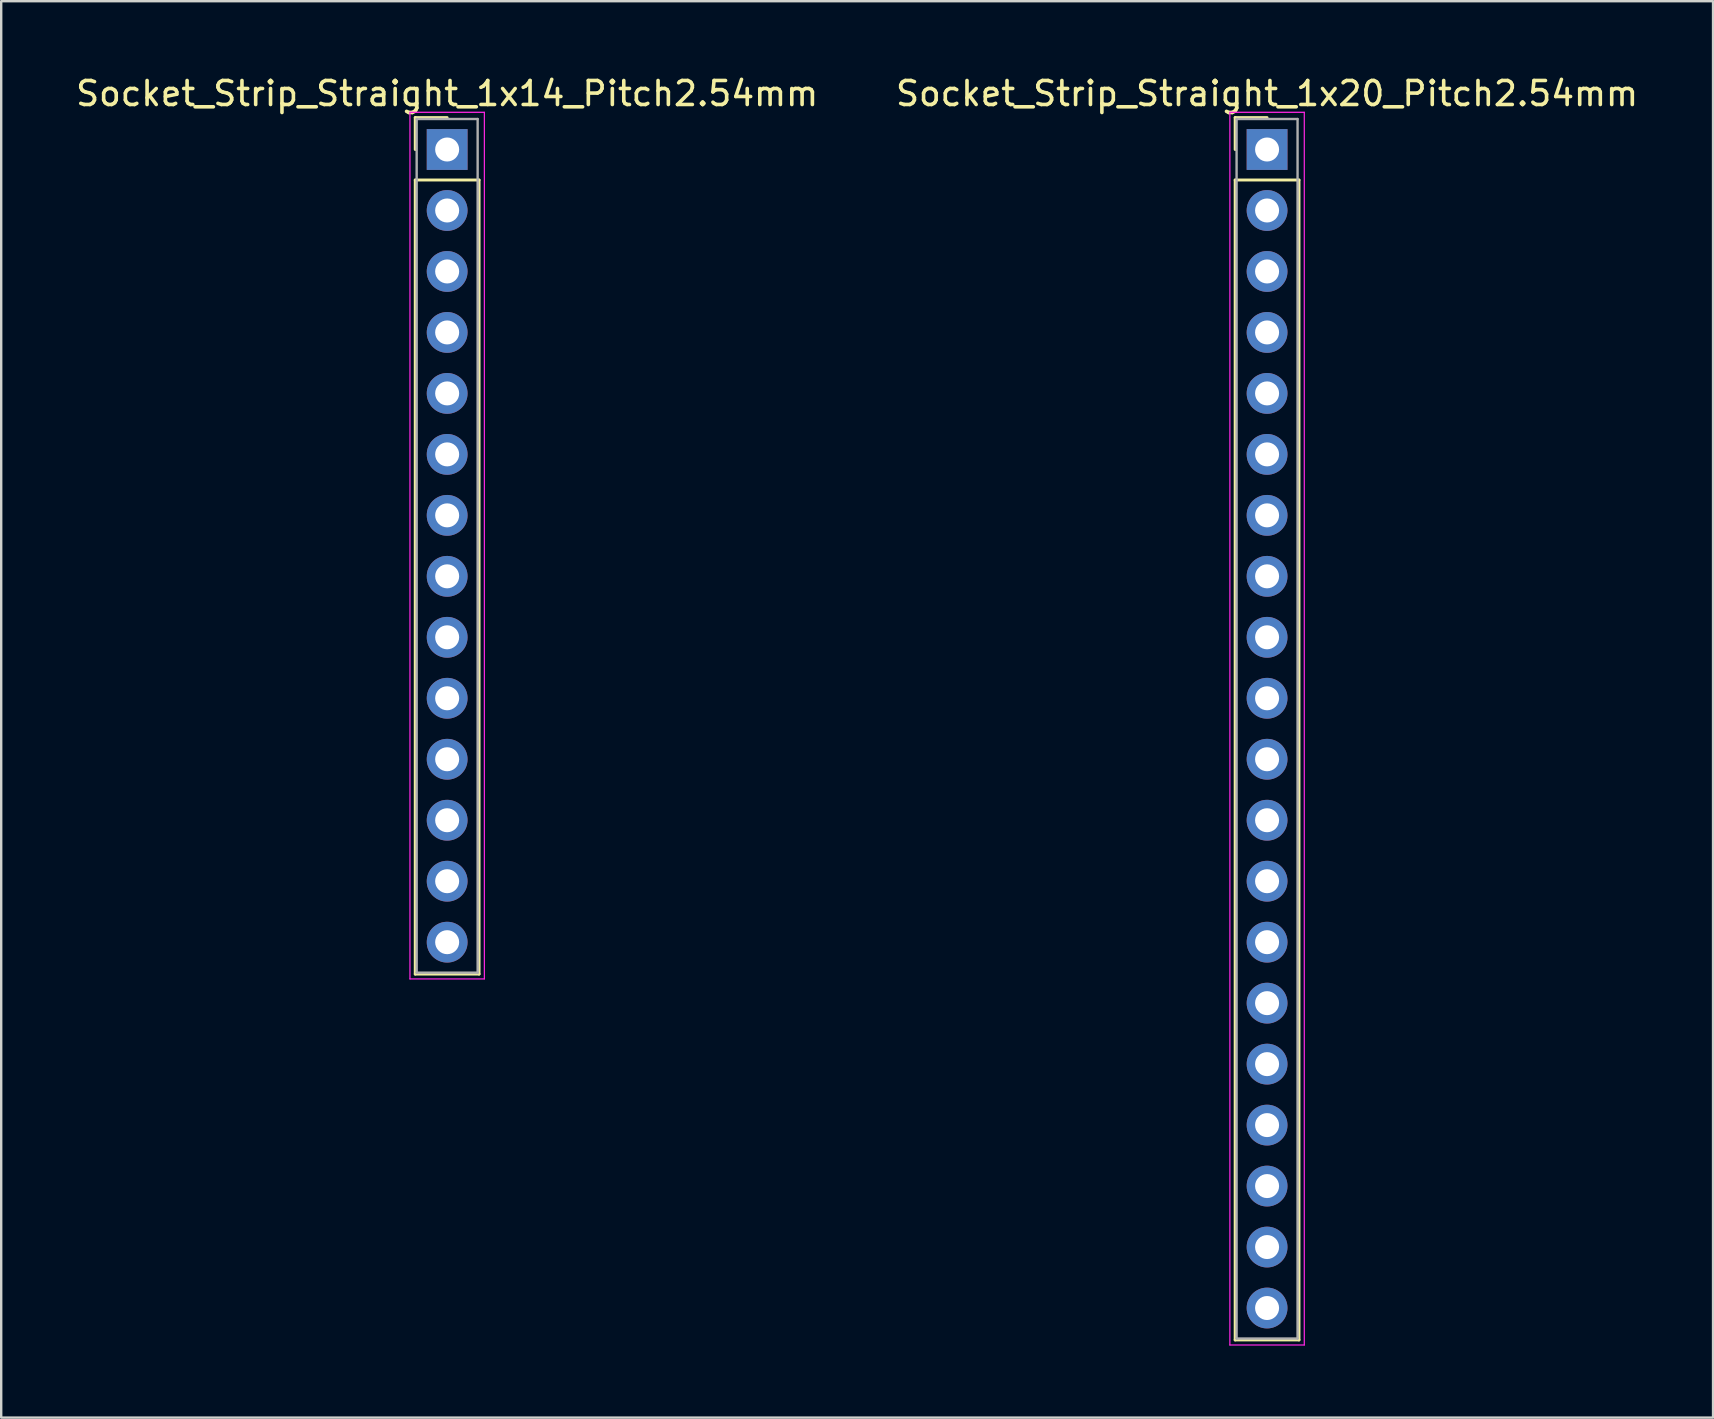
<source format=kicad_pcb>
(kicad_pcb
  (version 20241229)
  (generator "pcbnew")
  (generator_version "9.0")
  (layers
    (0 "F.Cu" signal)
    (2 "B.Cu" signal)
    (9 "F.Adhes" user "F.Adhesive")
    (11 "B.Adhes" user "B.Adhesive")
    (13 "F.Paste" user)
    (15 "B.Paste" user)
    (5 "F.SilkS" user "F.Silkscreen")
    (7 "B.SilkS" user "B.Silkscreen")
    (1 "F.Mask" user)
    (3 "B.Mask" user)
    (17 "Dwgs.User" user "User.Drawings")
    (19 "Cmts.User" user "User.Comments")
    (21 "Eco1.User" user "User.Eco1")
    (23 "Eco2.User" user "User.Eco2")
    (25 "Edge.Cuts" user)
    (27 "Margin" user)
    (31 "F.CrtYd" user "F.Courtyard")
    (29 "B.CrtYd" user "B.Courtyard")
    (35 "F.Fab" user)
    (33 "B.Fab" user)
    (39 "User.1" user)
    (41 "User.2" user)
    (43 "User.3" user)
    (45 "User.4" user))
  (footprint "Socket_Strip_Straight_1x14_Pitch2.54mm"
    (layer "F.Cu")
    (at 15.577 3.178)
    (property "Reference" "Socket_Strip_Straight_1x14_Pitch2.54mm" (at 0 -2.33 0) (layer "F.SilkS") (effects (font (size 1 1) (thickness 0.15))))
    (attr through_hole)
    (fp_line (start -1.33 -1.33) (end 0 -1.33) (stroke (width 0.12) (type solid)) (layer "F.SilkS"))
    (fp_line (start -1.33 0) (end -1.33 -1.33) (stroke (width 0.12) (type solid)) (layer "F.SilkS"))
    (fp_line (start -1.33 1.27) (end -1.33 34.35) (stroke (width 0.12) (type solid)) (layer "F.SilkS"))
    (fp_line (start -1.33 34.35) (end 1.33 34.35) (stroke (width 0.12) (type solid)) (layer "F.SilkS"))
    (fp_line (start 1.33 1.27) (end -1.33 1.27) (stroke (width 0.12) (type solid)) (layer "F.SilkS"))
    (fp_line (start 1.33 34.35) (end 1.33 1.27) (stroke (width 0.12) (type solid)) (layer "F.SilkS"))
    (fp_line (start -1.55 -1.55) (end -1.55 34.55) (stroke (width 0.05) (type solid)) (layer "F.CrtYd"))
    (fp_line (start -1.55 34.55) (end 1.55 34.55) (stroke (width 0.05) (type solid)) (layer "F.CrtYd"))
    (fp_line (start 1.55 -1.55) (end -1.55 -1.55) (stroke (width 0.05) (type solid)) (layer "F.CrtYd"))
    (fp_line (start 1.55 34.55) (end 1.55 -1.55) (stroke (width 0.05) (type solid)) (layer "F.CrtYd"))
    (fp_line (start -1.27 -1.27) (end -1.27 34.29) (stroke (width 0.1) (type solid)) (layer "F.Fab"))
    (fp_line (start -1.27 34.29) (end 1.27 34.29) (stroke (width 0.1) (type solid)) (layer "F.Fab"))
    (fp_line (start 1.27 -1.27) (end -1.27 -1.27) (stroke (width 0.1) (type solid)) (layer "F.Fab"))
    (fp_line (start 1.27 34.29) (end 1.27 -1.27) (stroke (width 0.1) (type solid)) (layer "F.Fab"))
    (pad "1" thru_hole rect (at 0 0) (size 1.7 1.7) (drill 1) (layers "*.Cu" "*.Mask"))
    (pad "2" thru_hole oval (at 0 2.54) (size 1.7 1.7) (drill 1) (layers "*.Cu" "*.Mask"))
    (pad "3" thru_hole oval (at 0 5.08) (size 1.7 1.7) (drill 1) (layers "*.Cu" "*.Mask"))
    (pad "4" thru_hole oval (at 0 7.62) (size 1.7 1.7) (drill 1) (layers "*.Cu" "*.Mask"))
    (pad "5" thru_hole oval (at 0 10.16) (size 1.7 1.7) (drill 1) (layers "*.Cu" "*.Mask"))
    (pad "6" thru_hole oval (at 0 12.7) (size 1.7 1.7) (drill 1) (layers "*.Cu" "*.Mask"))
    (pad "7" thru_hole oval (at 0 15.24) (size 1.7 1.7) (drill 1) (layers "*.Cu" "*.Mask"))
    (pad "8" thru_hole oval (at 0 17.78) (size 1.7 1.7) (drill 1) (layers "*.Cu" "*.Mask"))
    (pad "9" thru_hole oval (at 0 20.32) (size 1.7 1.7) (drill 1) (layers "*.Cu" "*.Mask"))
    (pad "10" thru_hole oval (at 0 22.86) (size 1.7 1.7) (drill 1) (layers "*.Cu" "*.Mask"))
    (pad "11" thru_hole oval (at 0 25.4) (size 1.7 1.7) (drill 1) (layers "*.Cu" "*.Mask"))
    (pad "12" thru_hole oval (at 0 27.94) (size 1.7 1.7) (drill 1) (layers "*.Cu" "*.Mask"))
    (pad "13" thru_hole oval (at 0 30.48) (size 1.7 1.7) (drill 1) (layers "*.Cu" "*.Mask"))
    (pad "14" thru_hole oval (at 0 33.02) (size 1.7 1.7) (drill 1) (layers "*.Cu" "*.Mask")))
  (footprint "Socket_Strip_Straight_1x20_Pitch2.54mm"
    (layer "F.Cu")
    (at 49.732 3.178)
    (property "Reference" "Socket_Strip_Straight_1x20_Pitch2.54mm" (at 0 -2.33 0) (layer "F.SilkS") (effects (font (size 1 1) (thickness 0.15))))
    (attr through_hole)
    (fp_line (start -1.33 -1.33) (end 0 -1.33) (stroke (width 0.12) (type solid)) (layer "F.SilkS"))
    (fp_line (start -1.33 0) (end -1.33 -1.33) (stroke (width 0.12) (type solid)) (layer "F.SilkS"))
    (fp_line (start -1.33 1.27) (end -1.33 49.59) (stroke (width 0.12) (type solid)) (layer "F.SilkS"))
    (fp_line (start -1.33 49.59) (end 1.33 49.59) (stroke (width 0.12) (type solid)) (layer "F.SilkS"))
    (fp_line (start 1.33 1.27) (end -1.33 1.27) (stroke (width 0.12) (type solid)) (layer "F.SilkS"))
    (fp_line (start 1.33 49.59) (end 1.33 1.27) (stroke (width 0.12) (type solid)) (layer "F.SilkS"))
    (fp_line (start -1.55 -1.55) (end -1.55 49.8) (stroke (width 0.05) (type solid)) (layer "F.CrtYd"))
    (fp_line (start -1.55 49.8) (end 1.55 49.8) (stroke (width 0.05) (type solid)) (layer "F.CrtYd"))
    (fp_line (start 1.55 -1.55) (end -1.55 -1.55) (stroke (width 0.05) (type solid)) (layer "F.CrtYd"))
    (fp_line (start 1.55 49.8) (end 1.55 -1.55) (stroke (width 0.05) (type solid)) (layer "F.CrtYd"))
    (fp_line (start -1.27 -1.27) (end -1.27 49.53) (stroke (width 0.1) (type solid)) (layer "F.Fab"))
    (fp_line (start -1.27 49.53) (end 1.27 49.53) (stroke (width 0.1) (type solid)) (layer "F.Fab"))
    (fp_line (start 1.27 -1.27) (end -1.27 -1.27) (stroke (width 0.1) (type solid)) (layer "F.Fab"))
    (fp_line (start 1.27 49.53) (end 1.27 -1.27) (stroke (width 0.1) (type solid)) (layer "F.Fab"))
    (pad "1" thru_hole rect (at 0 0) (size 1.7 1.7) (drill 1) (layers "*.Cu" "*.Mask"))
    (pad "2" thru_hole oval (at 0 2.54) (size 1.7 1.7) (drill 1) (layers "*.Cu" "*.Mask"))
    (pad "3" thru_hole oval (at 0 5.08) (size 1.7 1.7) (drill 1) (layers "*.Cu" "*.Mask"))
    (pad "4" thru_hole oval (at 0 7.62) (size 1.7 1.7) (drill 1) (layers "*.Cu" "*.Mask"))
    (pad "5" thru_hole oval (at 0 10.16) (size 1.7 1.7) (drill 1) (layers "*.Cu" "*.Mask"))
    (pad "6" thru_hole oval (at 0 12.7) (size 1.7 1.7) (drill 1) (layers "*.Cu" "*.Mask"))
    (pad "7" thru_hole oval (at 0 15.24) (size 1.7 1.7) (drill 1) (layers "*.Cu" "*.Mask"))
    (pad "8" thru_hole oval (at 0 17.78) (size 1.7 1.7) (drill 1) (layers "*.Cu" "*.Mask"))
    (pad "9" thru_hole oval (at 0 20.32) (size 1.7 1.7) (drill 1) (layers "*.Cu" "*.Mask"))
    (pad "10" thru_hole oval (at 0 22.86) (size 1.7 1.7) (drill 1) (layers "*.Cu" "*.Mask"))
    (pad "11" thru_hole oval (at 0 25.4) (size 1.7 1.7) (drill 1) (layers "*.Cu" "*.Mask"))
    (pad "12" thru_hole oval (at 0 27.94) (size 1.7 1.7) (drill 1) (layers "*.Cu" "*.Mask"))
    (pad "13" thru_hole oval (at 0 30.48) (size 1.7 1.7) (drill 1) (layers "*.Cu" "*.Mask"))
    (pad "14" thru_hole oval (at 0 33.02) (size 1.7 1.7) (drill 1) (layers "*.Cu" "*.Mask"))
    (pad "15" thru_hole oval (at 0 35.56) (size 1.7 1.7) (drill 1) (layers "*.Cu" "*.Mask"))
    (pad "16" thru_hole oval (at 0 38.1) (size 1.7 1.7) (drill 1) (layers "*.Cu" "*.Mask"))
    (pad "17" thru_hole oval (at 0 40.64) (size 1.7 1.7) (drill 1) (layers "*.Cu" "*.Mask"))
    (pad "18" thru_hole oval (at 0 43.18) (size 1.7 1.7) (drill 1) (layers "*.Cu" "*.Mask"))
    (pad "19" thru_hole oval (at 0 45.72) (size 1.7 1.7) (drill 1) (layers "*.Cu" "*.Mask"))
    (pad "20" thru_hole oval (at 0 48.26) (size 1.7 1.7) (drill 1) (layers "*.Cu" "*.Mask")))
  (gr_rect
    (start -3 -3)
    (end 68.31 56.003)
    (stroke (width 0.1) (type default))
    (fill no)
    (layer "Edge.Cuts")))
</source>
